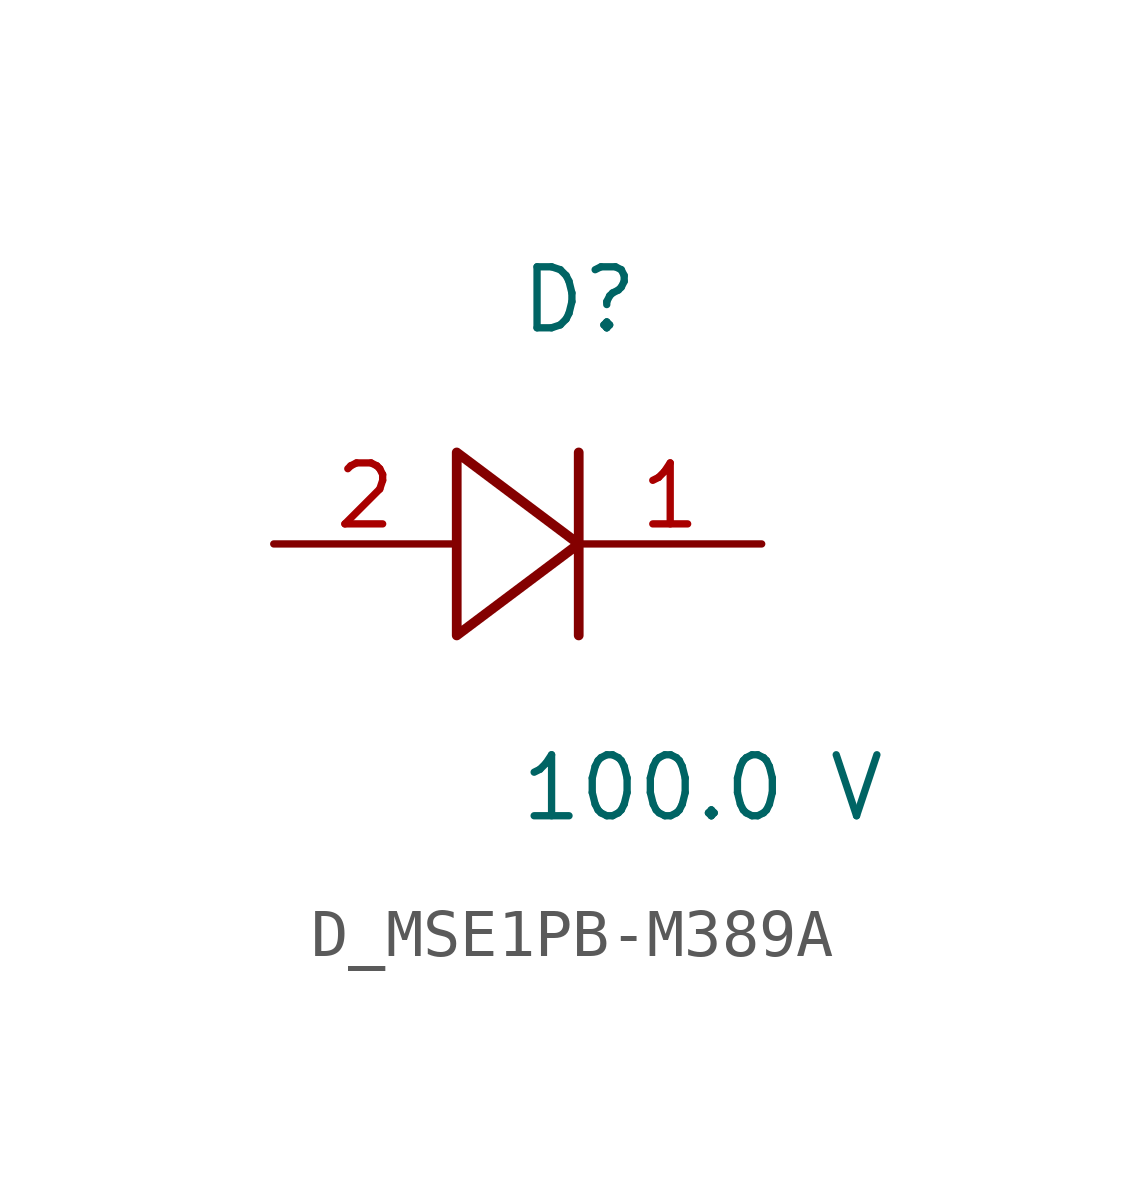
<source format=kicad_sym>
(kicad_symbol_lib
  (version 20231120)
  (generator kicad_symbol_editor)
  (generator_version 8.0)
  (symbol "D_MSE1PB-M389A"
    (pin_names
      (offset 0.254))
    (property "Reference" "D"
      (at 0.0 5.08 0)
      (effects (font (size 1.27 1.27)) (justify left)))
    (property "Value" "100.0 V"
      (at 0.0 -5.08 0)
      (effects (font (size 1.27 1.27)) (justify left)))
    (symbol "D_MSE1PB-M389A_1_0"
      (polyline (pts (xy 1.27 1.905) (xy 1.27 0) (xy -1.27 1.905) (xy -1.27 -1.905) (xy 1.27 0) (xy 1.27 -1.905)) (stroke (width 0.203) (type default)) (fill (type none)))
      (pin unspecified line (at 5.08 0 180) (length 3.81) (name "" (effects (font (size 1.27 1.27)))) (number "1" (effects (font (size 1.27 1.27)))))
      (pin unspecified line (at -5.08 0 0) (length 3.81) (name "" (effects (font (size 1.27 1.27)))) (number "2" (effects (font (size 1.27 1.27))))))))
</source>
